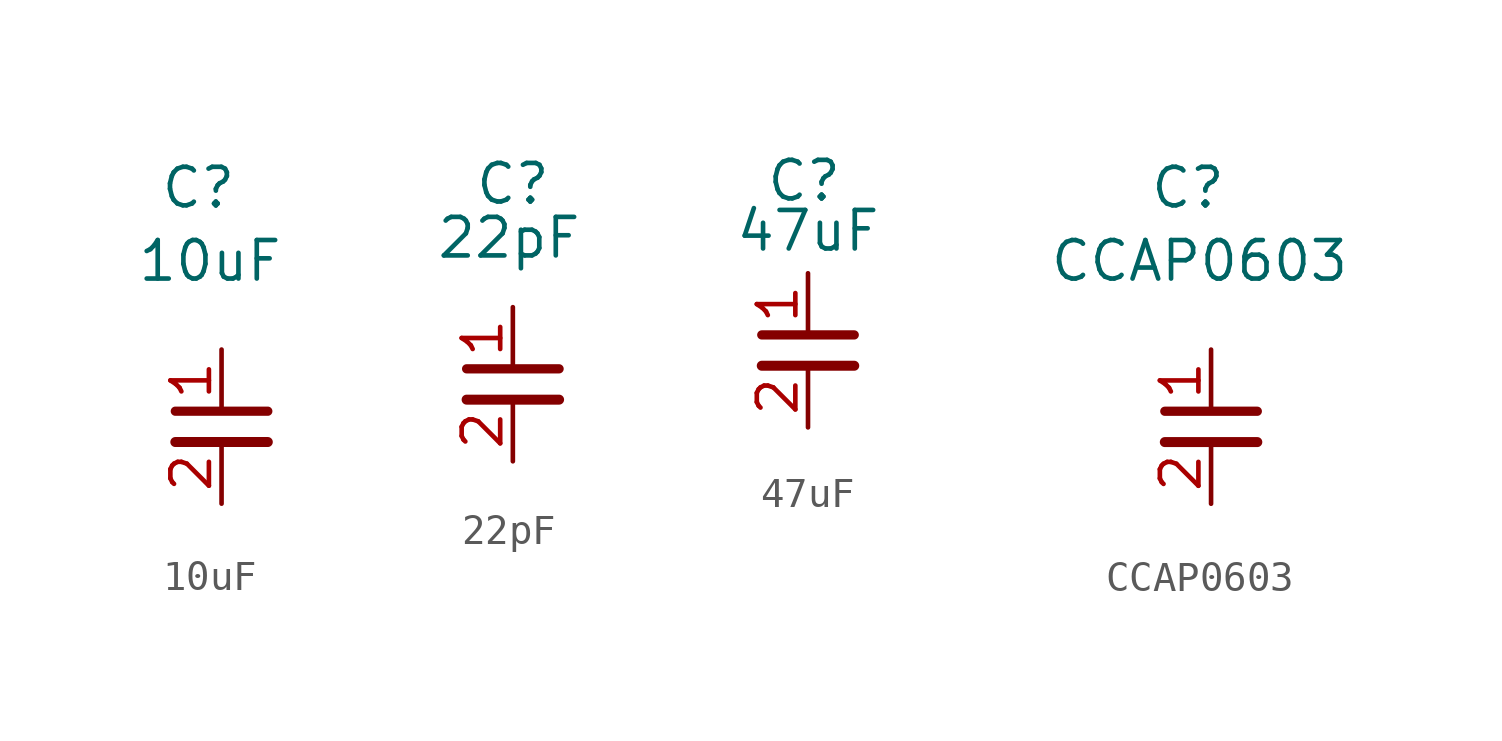
<source format=kicad_sym>
(kicad_symbol_lib
  (version 20241209)
  (generator "kicad_symbol_editor")
  (generator_version "9.0")
  (symbol "10uF"
    (pin_names
      (offset 1.016))
    (property "Reference" "C"
      (at -0.762 7.874 0)
      (effects (font (size 1.27 1.27))))
    (property "Value" "10uF"
      (at -0.381 5.461 0)
      (effects (font (size 1.27 1.27))))
    (symbol "10uF_1_1"
      (polyline (pts (xy -1.524 0.508) (xy 1.524 0.508)) (stroke (width 0.305) (type solid)) (fill (type none)))
      (polyline (pts (xy -1.524 -0.508) (xy 1.524 -0.508)) (stroke (width 0.33) (type solid)) (fill (type none)))
      (pin passive line (at 0 2.54 270) (length 2.032) (name "~" (effects (font (size 1.27 1.27)))) (number "1" (effects (font (size 1.27 1.27)))))
      (pin passive line (at 0 -2.54 90) (length 2.032) (name "~" (effects (font (size 1.27 1.27)))) (number "2" (effects (font (size 1.27 1.27)))))))
  (symbol "22pF"
    (pin_names
      (offset 1.016))
    (property "Reference" "C"
      (at 0 6.604 0)
      (effects (font (size 1.27 1.27))))
    (property "Value" "22pF"
      (at -0.127 4.826 0)
      (effects (font (size 1.27 1.27))))
    (symbol "22pF_1_1"
      (polyline (pts (xy -1.524 0.508) (xy 1.524 0.508)) (stroke (width 0.305) (type solid)) (fill (type none)))
      (polyline (pts (xy -1.524 -0.508) (xy 1.524 -0.508)) (stroke (width 0.33) (type solid)) (fill (type none)))
      (pin passive line (at 0 2.54 270) (length 2.032) (name "~" (effects (font (size 1.27 1.27)))) (number "1" (effects (font (size 1.27 1.27)))))
      (pin passive line (at 0 -2.54 90) (length 2.032) (name "~" (effects (font (size 1.27 1.27)))) (number "2" (effects (font (size 1.27 1.27)))))))
  (symbol "47uF"
    (pin_names
      (offset 1.016))
    (property "Reference" "C"
      (at -0.127 5.588 0)
      (effects (font (size 1.27 1.27))))
    (property "Value" "47uF"
      (at 0 3.937 0)
      (effects (font (size 1.27 1.27))))
    (symbol "47uF_1_1"
      (polyline (pts (xy -1.524 0.508) (xy 1.524 0.508)) (stroke (width 0.305) (type solid)) (fill (type none)))
      (polyline (pts (xy -1.524 -0.508) (xy 1.524 -0.508)) (stroke (width 0.33) (type solid)) (fill (type none)))
      (pin passive line (at 0 2.54 270) (length 2.032) (name "~" (effects (font (size 1.27 1.27)))) (number "1" (effects (font (size 1.27 1.27)))))
      (pin passive line (at 0 -2.54 90) (length 2.032) (name "~" (effects (font (size 1.27 1.27)))) (number "2" (effects (font (size 1.27 1.27)))))))
  (symbol "CCAP0603"
    (pin_names
      (offset 1.016))
    (property "Reference" "C"
      (at -0.762 7.874 0)
      (effects (font (size 1.27 1.27))))
    (property "Value" "CCAP0603"
      (at -0.381 5.461 0)
      (effects (font (size 1.27 1.27))))
    (symbol "CCAP0603_1_1"
      (polyline (pts (xy -1.524 0.508) (xy 1.524 0.508)) (stroke (width 0.305) (type solid)) (fill (type none)))
      (polyline (pts (xy -1.524 -0.508) (xy 1.524 -0.508)) (stroke (width 0.33) (type solid)) (fill (type none)))
      (pin passive line (at 0 2.54 270) (length 2.032) (name "~" (effects (font (size 1.27 1.27)))) (number "1" (effects (font (size 1.27 1.27)))))
      (pin passive line (at 0 -2.54 90) (length 2.032) (name "~" (effects (font (size 1.27 1.27)))) (number "2" (effects (font (size 1.27 1.27))))))))
</source>
